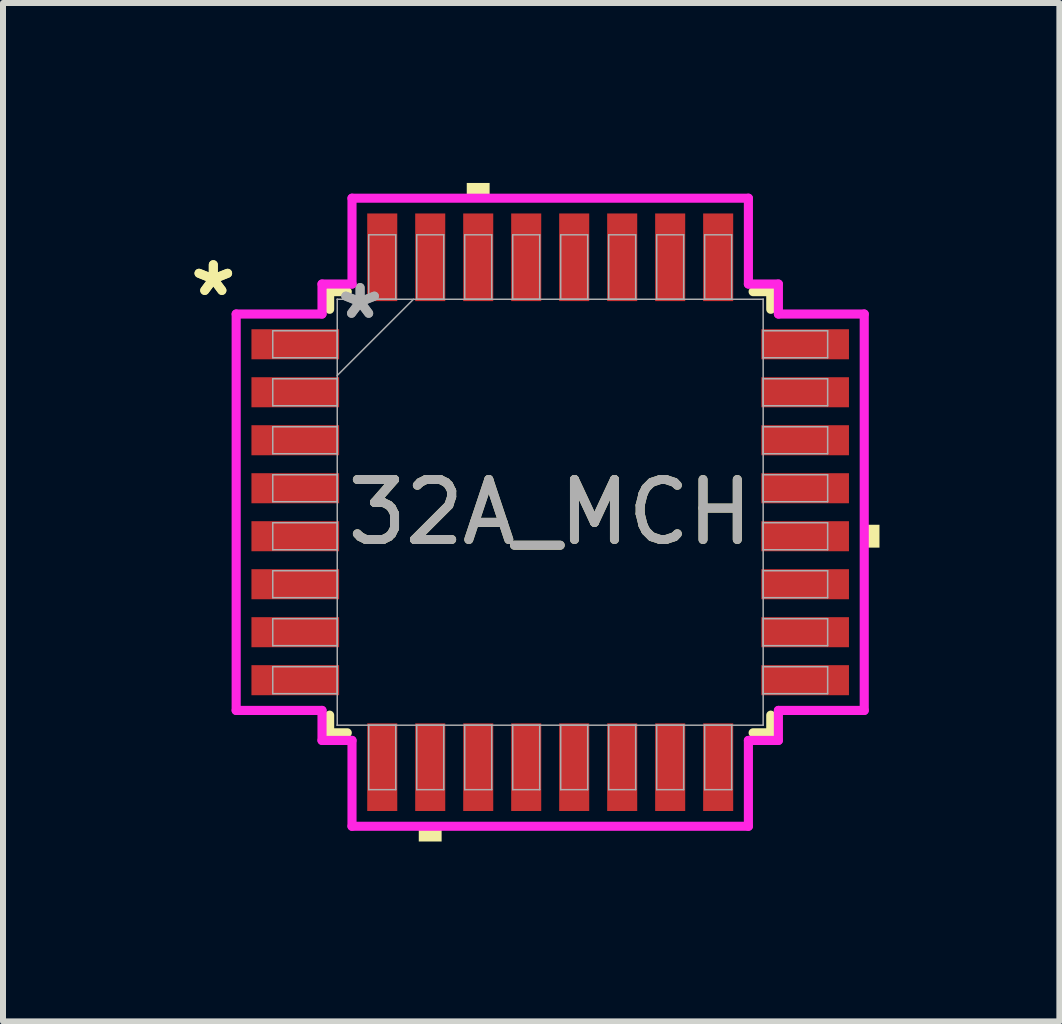
<source format=kicad_pcb>
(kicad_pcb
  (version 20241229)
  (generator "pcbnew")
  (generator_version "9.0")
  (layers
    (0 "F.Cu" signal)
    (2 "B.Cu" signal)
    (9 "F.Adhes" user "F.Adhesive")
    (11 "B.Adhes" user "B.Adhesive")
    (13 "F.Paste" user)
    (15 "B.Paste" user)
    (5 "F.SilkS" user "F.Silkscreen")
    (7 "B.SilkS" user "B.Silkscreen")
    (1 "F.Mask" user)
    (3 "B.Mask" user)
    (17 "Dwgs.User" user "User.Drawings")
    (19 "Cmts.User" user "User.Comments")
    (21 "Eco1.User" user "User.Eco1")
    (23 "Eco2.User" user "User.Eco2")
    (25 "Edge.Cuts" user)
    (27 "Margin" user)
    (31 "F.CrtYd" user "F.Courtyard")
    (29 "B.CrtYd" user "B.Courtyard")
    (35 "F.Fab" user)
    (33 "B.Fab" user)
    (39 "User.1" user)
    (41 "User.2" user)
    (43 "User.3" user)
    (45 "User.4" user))
  (footprint "32A_MCH"
    (layer "F.Cu")
    (at 6.122 5.489)
    (property "Reference" "32A_MCH" (at 0 0 0) (unlocked yes) (layer "F.SilkS") (effects (font (size 1 1) (thickness 0.15))))
    (attr smd)
    (fp_line (start -3.677 -3.677) (end -3.677 -3.383) (stroke (width 0.152) (type solid)) (layer "F.SilkS"))
    (fp_line (start -3.677 3.383) (end -3.677 3.677) (stroke (width 0.152) (type solid)) (layer "F.SilkS"))
    (fp_line (start -3.677 3.677) (end -3.383 3.677) (stroke (width 0.152) (type solid)) (layer "F.SilkS"))
    (fp_line (start -3.383 -3.677) (end -3.677 -3.677) (stroke (width 0.152) (type solid)) (layer "F.SilkS"))
    (fp_line (start 3.383 3.677) (end 3.677 3.677) (stroke (width 0.152) (type solid)) (layer "F.SilkS"))
    (fp_line (start 3.677 -3.677) (end 3.383 -3.677) (stroke (width 0.152) (type solid)) (layer "F.SilkS"))
    (fp_line (start 3.677 -3.383) (end 3.677 -3.677) (stroke (width 0.152) (type solid)) (layer "F.SilkS"))
    (fp_line (start 3.677 3.677) (end 3.677 3.383) (stroke (width 0.152) (type solid)) (layer "F.SilkS"))
    (fp_poly (pts (xy -2.191 5.235) (xy -2.191 5.489) (xy -1.81 5.489) (xy -1.81 5.235)) (stroke (width 0) (type solid)) (fill yes) (layer "F.SilkS"))
    (fp_poly (pts (xy -1.391 -5.235) (xy -1.391 -5.489) (xy -1.01 -5.489) (xy -1.01 -5.235)) (stroke (width 0) (type solid)) (fill yes) (layer "F.SilkS"))
    (fp_poly (pts (xy 5.489 0.209) (xy 5.489 0.59) (xy 5.235 0.59) (xy 5.235 0.209)) (stroke (width 0) (type solid)) (fill yes) (layer "F.SilkS"))
    (fp_line (start -5.235 -3.304) (end -3.804 -3.304) (stroke (width 0.152) (type solid)) (layer "F.CrtYd"))
    (fp_line (start -5.235 3.304) (end -5.235 -3.304) (stroke (width 0.152) (type solid)) (layer "F.CrtYd"))
    (fp_line (start -3.804 -3.804) (end -3.304 -3.804) (stroke (width 0.152) (type solid)) (layer "F.CrtYd"))
    (fp_line (start -3.804 -3.304) (end -3.804 -3.804) (stroke (width 0.152) (type solid)) (layer "F.CrtYd"))
    (fp_line (start -3.804 3.304) (end -5.235 3.304) (stroke (width 0.152) (type solid)) (layer "F.CrtYd"))
    (fp_line (start -3.804 3.804) (end -3.804 3.304) (stroke (width 0.152) (type solid)) (layer "F.CrtYd"))
    (fp_line (start -3.804 3.804) (end -3.304 3.804) (stroke (width 0.152) (type solid)) (layer "F.CrtYd"))
    (fp_line (start -3.304 -5.235) (end 3.304 -5.235) (stroke (width 0.152) (type solid)) (layer "F.CrtYd"))
    (fp_line (start -3.304 -3.804) (end -3.304 -5.235) (stroke (width 0.152) (type solid)) (layer "F.CrtYd"))
    (fp_line (start -3.304 3.804) (end -3.304 5.235) (stroke (width 0.152) (type solid)) (layer "F.CrtYd"))
    (fp_line (start -3.304 5.235) (end 3.304 5.235) (stroke (width 0.152) (type solid)) (layer "F.CrtYd"))
    (fp_line (start 3.304 -5.235) (end 3.304 -3.804) (stroke (width 0.152) (type solid)) (layer "F.CrtYd"))
    (fp_line (start 3.304 -3.804) (end 3.804 -3.804) (stroke (width 0.152) (type solid)) (layer "F.CrtYd"))
    (fp_line (start 3.304 3.804) (end 3.804 3.804) (stroke (width 0.152) (type solid)) (layer "F.CrtYd"))
    (fp_line (start 3.304 5.235) (end 3.304 3.804) (stroke (width 0.152) (type solid)) (layer "F.CrtYd"))
    (fp_line (start 3.804 -3.304) (end 3.804 -3.804) (stroke (width 0.152) (type solid)) (layer "F.CrtYd"))
    (fp_line (start 3.804 3.304) (end 5.235 3.304) (stroke (width 0.152) (type solid)) (layer "F.CrtYd"))
    (fp_line (start 3.804 3.804) (end 3.804 3.304) (stroke (width 0.152) (type solid)) (layer "F.CrtYd"))
    (fp_line (start 5.235 -3.304) (end 3.804 -3.304) (stroke (width 0.152) (type solid)) (layer "F.CrtYd"))
    (fp_line (start 5.235 3.304) (end 5.235 -3.304) (stroke (width 0.152) (type solid)) (layer "F.CrtYd"))
    (fp_line (start -4.625 -3.025) (end -4.625 -2.575) (stroke (width 0.025) (type solid)) (layer "F.Fab"))
    (fp_line (start -4.625 -2.575) (end -3.55 -2.575) (stroke (width 0.025) (type solid)) (layer "F.Fab"))
    (fp_line (start -4.625 -2.225) (end -4.625 -1.775) (stroke (width 0.025) (type solid)) (layer "F.Fab"))
    (fp_line (start -4.625 -1.775) (end -3.55 -1.775) (stroke (width 0.025) (type solid)) (layer "F.Fab"))
    (fp_line (start -4.625 -1.425) (end -4.625 -0.975) (stroke (width 0.025) (type solid)) (layer "F.Fab"))
    (fp_line (start -4.625 -0.975) (end -3.55 -0.975) (stroke (width 0.025) (type solid)) (layer "F.Fab"))
    (fp_line (start -4.625 -0.625) (end -4.625 -0.175) (stroke (width 0.025) (type solid)) (layer "F.Fab"))
    (fp_line (start -4.625 -0.175) (end -3.55 -0.175) (stroke (width 0.025) (type solid)) (layer "F.Fab"))
    (fp_line (start -4.625 0.175) (end -4.625 0.625) (stroke (width 0.025) (type solid)) (layer "F.Fab"))
    (fp_line (start -4.625 0.625) (end -3.55 0.625) (stroke (width 0.025) (type solid)) (layer "F.Fab"))
    (fp_line (start -4.625 0.975) (end -4.625 1.425) (stroke (width 0.025) (type solid)) (layer "F.Fab"))
    (fp_line (start -4.625 1.425) (end -3.55 1.425) (stroke (width 0.025) (type solid)) (layer "F.Fab"))
    (fp_line (start -4.625 1.775) (end -4.625 2.225) (stroke (width 0.025) (type solid)) (layer "F.Fab"))
    (fp_line (start -4.625 2.225) (end -3.55 2.225) (stroke (width 0.025) (type solid)) (layer "F.Fab"))
    (fp_line (start -4.625 2.575) (end -4.625 3.025) (stroke (width 0.025) (type solid)) (layer "F.Fab"))
    (fp_line (start -4.625 3.025) (end -3.55 3.025) (stroke (width 0.025) (type solid)) (layer "F.Fab"))
    (fp_line (start -3.55 -3.55) (end -3.55 -3.55) (stroke (width 0.025) (type solid)) (layer "F.Fab"))
    (fp_line (start -3.55 -3.55) (end -3.55 3.55) (stroke (width 0.025) (type solid)) (layer "F.Fab"))
    (fp_line (start -3.55 -3.025) (end -4.625 -3.025) (stroke (width 0.025) (type solid)) (layer "F.Fab"))
    (fp_line (start -3.55 -2.575) (end -3.55 -3.025) (stroke (width 0.025) (type solid)) (layer "F.Fab"))
    (fp_line (start -3.55 -2.28) (end -2.28 -3.55) (stroke (width 0.025) (type solid)) (layer "F.Fab"))
    (fp_line (start -3.55 -2.225) (end -4.625 -2.225) (stroke (width 0.025) (type solid)) (layer "F.Fab"))
    (fp_line (start -3.55 -1.775) (end -3.55 -2.225) (stroke (width 0.025) (type solid)) (layer "F.Fab"))
    (fp_line (start -3.55 -1.425) (end -4.625 -1.425) (stroke (width 0.025) (type solid)) (layer "F.Fab"))
    (fp_line (start -3.55 -0.975) (end -3.55 -1.425) (stroke (width 0.025) (type solid)) (layer "F.Fab"))
    (fp_line (start -3.55 -0.625) (end -4.625 -0.625) (stroke (width 0.025) (type solid)) (layer "F.Fab"))
    (fp_line (start -3.55 -0.175) (end -3.55 -0.625) (stroke (width 0.025) (type solid)) (layer "F.Fab"))
    (fp_line (start -3.55 0.175) (end -4.625 0.175) (stroke (width 0.025) (type solid)) (layer "F.Fab"))
    (fp_line (start -3.55 0.625) (end -3.55 0.175) (stroke (width 0.025) (type solid)) (layer "F.Fab"))
    (fp_line (start -3.55 0.975) (end -4.625 0.975) (stroke (width 0.025) (type solid)) (layer "F.Fab"))
    (fp_line (start -3.55 1.425) (end -3.55 0.975) (stroke (width 0.025) (type solid)) (layer "F.Fab"))
    (fp_line (start -3.55 1.775) (end -4.625 1.775) (stroke (width 0.025) (type solid)) (layer "F.Fab"))
    (fp_line (start -3.55 2.225) (end -3.55 1.775) (stroke (width 0.025) (type solid)) (layer "F.Fab"))
    (fp_line (start -3.55 2.575) (end -4.625 2.575) (stroke (width 0.025) (type solid)) (layer "F.Fab"))
    (fp_line (start -3.55 3.025) (end -3.55 2.575) (stroke (width 0.025) (type solid)) (layer "F.Fab"))
    (fp_line (start -3.55 3.55) (end -3.55 3.55) (stroke (width 0.025) (type solid)) (layer "F.Fab"))
    (fp_line (start -3.55 3.55) (end 3.55 3.55) (stroke (width 0.025) (type solid)) (layer "F.Fab"))
    (fp_line (start -3.025 -4.625) (end -3.025 -3.55) (stroke (width 0.025) (type solid)) (layer "F.Fab"))
    (fp_line (start -3.025 -3.55) (end -2.575 -3.55) (stroke (width 0.025) (type solid)) (layer "F.Fab"))
    (fp_line (start -3.025 3.55) (end -3.025 4.625) (stroke (width 0.025) (type solid)) (layer "F.Fab"))
    (fp_line (start -3.025 4.625) (end -2.575 4.625) (stroke (width 0.025) (type solid)) (layer "F.Fab"))
    (fp_line (start -2.575 3.55) (end -3.025 3.55) (stroke (width 0.025) (type solid)) (layer "F.Fab"))
    (fp_line (start -2.575 4.625) (end -2.575 3.55) (stroke (width 0.025) (type solid)) (layer "F.Fab"))
    (fp_line (start -2.575 -4.625) (end -3.025 -4.625) (stroke (width 0.025) (type solid)) (layer "F.Fab"))
    (fp_line (start -2.575 -3.55) (end -2.575 -4.625) (stroke (width 0.025) (type solid)) (layer "F.Fab"))
    (fp_line (start -2.225 -4.625) (end -2.225 -3.55) (stroke (width 0.025) (type solid)) (layer "F.Fab"))
    (fp_line (start -2.225 -3.55) (end -1.775 -3.55) (stroke (width 0.025) (type solid)) (layer "F.Fab"))
    (fp_line (start -2.225 3.55) (end -2.225 4.625) (stroke (width 0.025) (type solid)) (layer "F.Fab"))
    (fp_line (start -2.225 4.625) (end -1.775 4.625) (stroke (width 0.025) (type solid)) (layer "F.Fab"))
    (fp_line (start -1.775 -4.625) (end -2.225 -4.625) (stroke (width 0.025) (type solid)) (layer "F.Fab"))
    (fp_line (start -1.775 -3.55) (end -1.775 -4.625) (stroke (width 0.025) (type solid)) (layer "F.Fab"))
    (fp_line (start -1.775 3.55) (end -2.225 3.55) (stroke (width 0.025) (type solid)) (layer "F.Fab"))
    (fp_line (start -1.775 4.625) (end -1.775 3.55) (stroke (width 0.025) (type solid)) (layer "F.Fab"))
    (fp_line (start -1.425 -4.625) (end -1.425 -3.55) (stroke (width 0.025) (type solid)) (layer "F.Fab"))
    (fp_line (start -1.425 -3.55) (end -0.975 -3.55) (stroke (width 0.025) (type solid)) (layer "F.Fab"))
    (fp_line (start -1.425 3.55) (end -1.425 4.625) (stroke (width 0.025) (type solid)) (layer "F.Fab"))
    (fp_line (start -1.425 4.625) (end -0.975 4.625) (stroke (width 0.025) (type solid)) (layer "F.Fab"))
    (fp_line (start -0.975 -4.625) (end -1.425 -4.625) (stroke (width 0.025) (type solid)) (layer "F.Fab"))
    (fp_line (start -0.975 -3.55) (end -0.975 -4.625) (stroke (width 0.025) (type solid)) (layer "F.Fab"))
    (fp_line (start -0.975 3.55) (end -1.425 3.55) (stroke (width 0.025) (type solid)) (layer "F.Fab"))
    (fp_line (start -0.975 4.625) (end -0.975 3.55) (stroke (width 0.025) (type solid)) (layer "F.Fab"))
    (fp_line (start -0.625 -4.625) (end -0.625 -3.55) (stroke (width 0.025) (type solid)) (layer "F.Fab"))
    (fp_line (start -0.625 -3.55) (end -0.175 -3.55) (stroke (width 0.025) (type solid)) (layer "F.Fab"))
    (fp_line (start -0.625 3.55) (end -0.625 4.625) (stroke (width 0.025) (type solid)) (layer "F.Fab"))
    (fp_line (start -0.625 4.625) (end -0.175 4.625) (stroke (width 0.025) (type solid)) (layer "F.Fab"))
    (fp_line (start -0.175 -4.625) (end -0.625 -4.625) (stroke (width 0.025) (type solid)) (layer "F.Fab"))
    (fp_line (start -0.175 -3.55) (end -0.175 -4.625) (stroke (width 0.025) (type solid)) (layer "F.Fab"))
    (fp_line (start -0.175 3.55) (end -0.625 3.55) (stroke (width 0.025) (type solid)) (layer "F.Fab"))
    (fp_line (start -0.175 4.625) (end -0.175 3.55) (stroke (width 0.025) (type solid)) (layer "F.Fab"))
    (fp_line (start 0.175 -4.625) (end 0.175 -3.55) (stroke (width 0.025) (type solid)) (layer "F.Fab"))
    (fp_line (start 0.175 -3.55) (end 0.625 -3.55) (stroke (width 0.025) (type solid)) (layer "F.Fab"))
    (fp_line (start 0.175 3.55) (end 0.175 4.625) (stroke (width 0.025) (type solid)) (layer "F.Fab"))
    (fp_line (start 0.175 4.625) (end 0.625 4.625) (stroke (width 0.025) (type solid)) (layer "F.Fab"))
    (fp_line (start 0.625 -4.625) (end 0.175 -4.625) (stroke (width 0.025) (type solid)) (layer "F.Fab"))
    (fp_line (start 0.625 -3.55) (end 0.625 -4.625) (stroke (width 0.025) (type solid)) (layer "F.Fab"))
    (fp_line (start 0.625 3.55) (end 0.175 3.55) (stroke (width 0.025) (type solid)) (layer "F.Fab"))
    (fp_line (start 0.625 4.625) (end 0.625 3.55) (stroke (width 0.025) (type solid)) (layer "F.Fab"))
    (fp_line (start 0.975 -4.625) (end 0.975 -3.55) (stroke (width 0.025) (type solid)) (layer "F.Fab"))
    (fp_line (start 0.975 -3.55) (end 1.425 -3.55) (stroke (width 0.025) (type solid)) (layer "F.Fab"))
    (fp_line (start 0.975 3.55) (end 0.975 4.625) (stroke (width 0.025) (type solid)) (layer "F.Fab"))
    (fp_line (start 0.975 4.625) (end 1.425 4.625) (stroke (width 0.025) (type solid)) (layer "F.Fab"))
    (fp_line (start 1.425 -4.625) (end 0.975 -4.625) (stroke (width 0.025) (type solid)) (layer "F.Fab"))
    (fp_line (start 1.425 -3.55) (end 1.425 -4.625) (stroke (width 0.025) (type solid)) (layer "F.Fab"))
    (fp_line (start 1.425 3.55) (end 0.975 3.55) (stroke (width 0.025) (type solid)) (layer "F.Fab"))
    (fp_line (start 1.425 4.625) (end 1.425 3.55) (stroke (width 0.025) (type solid)) (layer "F.Fab"))
    (fp_line (start 1.775 -4.625) (end 1.775 -3.55) (stroke (width 0.025) (type solid)) (layer "F.Fab"))
    (fp_line (start 1.775 -3.55) (end 2.225 -3.55) (stroke (width 0.025) (type solid)) (layer "F.Fab"))
    (fp_line (start 1.775 3.55) (end 1.775 4.625) (stroke (width 0.025) (type solid)) (layer "F.Fab"))
    (fp_line (start 1.775 4.625) (end 2.225 4.625) (stroke (width 0.025) (type solid)) (layer "F.Fab"))
    (fp_line (start 2.225 -4.625) (end 1.775 -4.625) (stroke (width 0.025) (type solid)) (layer "F.Fab"))
    (fp_line (start 2.225 -3.55) (end 2.225 -4.625) (stroke (width 0.025) (type solid)) (layer "F.Fab"))
    (fp_line (start 2.225 3.55) (end 1.775 3.55) (stroke (width 0.025) (type solid)) (layer "F.Fab"))
    (fp_line (start 2.225 4.625) (end 2.225 3.55) (stroke (width 0.025) (type solid)) (layer "F.Fab"))
    (fp_line (start 2.575 3.55) (end 2.575 4.625) (stroke (width 0.025) (type solid)) (layer "F.Fab"))
    (fp_line (start 2.575 4.625) (end 3.025 4.625) (stroke (width 0.025) (type solid)) (layer "F.Fab"))
    (fp_line (start 2.575 -4.625) (end 2.575 -3.55) (stroke (width 0.025) (type solid)) (layer "F.Fab"))
    (fp_line (start 2.575 -3.55) (end 3.025 -3.55) (stroke (width 0.025) (type solid)) (layer "F.Fab"))
    (fp_line (start 3.025 -4.625) (end 2.575 -4.625) (stroke (width 0.025) (type solid)) (layer "F.Fab"))
    (fp_line (start 3.025 -3.55) (end 3.025 -4.625) (stroke (width 0.025) (type solid)) (layer "F.Fab"))
    (fp_line (start 3.025 3.55) (end 2.575 3.55) (stroke (width 0.025) (type solid)) (layer "F.Fab"))
    (fp_line (start 3.025 4.625) (end 3.025 3.55) (stroke (width 0.025) (type solid)) (layer "F.Fab"))
    (fp_line (start 3.55 -3.55) (end -3.55 -3.55) (stroke (width 0.025) (type solid)) (layer "F.Fab"))
    (fp_line (start 3.55 -3.55) (end 3.55 -3.55) (stroke (width 0.025) (type solid)) (layer "F.Fab"))
    (fp_line (start 3.55 -3.025) (end 3.55 -2.575) (stroke (width 0.025) (type solid)) (layer "F.Fab"))
    (fp_line (start 3.55 -2.575) (end 4.625 -2.575) (stroke (width 0.025) (type solid)) (layer "F.Fab"))
    (fp_line (start 3.55 -2.225) (end 3.55 -1.775) (stroke (width 0.025) (type solid)) (layer "F.Fab"))
    (fp_line (start 3.55 -1.775) (end 4.625 -1.775) (stroke (width 0.025) (type solid)) (layer "F.Fab"))
    (fp_line (start 3.55 -1.425) (end 3.55 -0.975) (stroke (width 0.025) (type solid)) (layer "F.Fab"))
    (fp_line (start 3.55 -0.975) (end 4.625 -0.975) (stroke (width 0.025) (type solid)) (layer "F.Fab"))
    (fp_line (start 3.55 -0.625) (end 3.55 -0.175) (stroke (width 0.025) (type solid)) (layer "F.Fab"))
    (fp_line (start 3.55 -0.175) (end 4.625 -0.175) (stroke (width 0.025) (type solid)) (layer "F.Fab"))
    (fp_line (start 3.55 0.175) (end 3.55 0.625) (stroke (width 0.025) (type solid)) (layer "F.Fab"))
    (fp_line (start 3.55 0.625) (end 4.625 0.625) (stroke (width 0.025) (type solid)) (layer "F.Fab"))
    (fp_line (start 3.55 0.975) (end 3.55 1.425) (stroke (width 0.025) (type solid)) (layer "F.Fab"))
    (fp_line (start 3.55 1.425) (end 4.625 1.425) (stroke (width 0.025) (type solid)) (layer "F.Fab"))
    (fp_line (start 3.55 1.775) (end 3.55 2.225) (stroke (width 0.025) (type solid)) (layer "F.Fab"))
    (fp_line (start 3.55 2.225) (end 4.625 2.225) (stroke (width 0.025) (type solid)) (layer "F.Fab"))
    (fp_line (start 3.55 2.575) (end 3.55 3.025) (stroke (width 0.025) (type solid)) (layer "F.Fab"))
    (fp_line (start 3.55 3.025) (end 4.625 3.025) (stroke (width 0.025) (type solid)) (layer "F.Fab"))
    (fp_line (start 3.55 3.55) (end 3.55 -3.55) (stroke (width 0.025) (type solid)) (layer "F.Fab"))
    (fp_line (start 3.55 3.55) (end 3.55 3.55) (stroke (width 0.025) (type solid)) (layer "F.Fab"))
    (fp_line (start 4.625 -3.025) (end 3.55 -3.025) (stroke (width 0.025) (type solid)) (layer "F.Fab"))
    (fp_line (start 4.625 -2.575) (end 4.625 -3.025) (stroke (width 0.025) (type solid)) (layer "F.Fab"))
    (fp_line (start 4.625 -2.225) (end 3.55 -2.225) (stroke (width 0.025) (type solid)) (layer "F.Fab"))
    (fp_line (start 4.625 -1.775) (end 4.625 -2.225) (stroke (width 0.025) (type solid)) (layer "F.Fab"))
    (fp_line (start 4.625 -1.425) (end 3.55 -1.425) (stroke (width 0.025) (type solid)) (layer "F.Fab"))
    (fp_line (start 4.625 -0.975) (end 4.625 -1.425) (stroke (width 0.025) (type solid)) (layer "F.Fab"))
    (fp_line (start 4.625 -0.625) (end 3.55 -0.625) (stroke (width 0.025) (type solid)) (layer "F.Fab"))
    (fp_line (start 4.625 -0.175) (end 4.625 -0.625) (stroke (width 0.025) (type solid)) (layer "F.Fab"))
    (fp_line (start 4.625 0.175) (end 3.55 0.175) (stroke (width 0.025) (type solid)) (layer "F.Fab"))
    (fp_line (start 4.625 0.625) (end 4.625 0.175) (stroke (width 0.025) (type solid)) (layer "F.Fab"))
    (fp_line (start 4.625 0.975) (end 3.55 0.975) (stroke (width 0.025) (type solid)) (layer "F.Fab"))
    (fp_line (start 4.625 1.425) (end 4.625 0.975) (stroke (width 0.025) (type solid)) (layer "F.Fab"))
    (fp_line (start 4.625 1.775) (end 3.55 1.775) (stroke (width 0.025) (type solid)) (layer "F.Fab"))
    (fp_line (start 4.625 2.225) (end 4.625 1.775) (stroke (width 0.025) (type solid)) (layer "F.Fab"))
    (fp_line (start 4.625 2.575) (end 3.55 2.575) (stroke (width 0.025) (type solid)) (layer "F.Fab"))
    (fp_line (start 4.625 3.025) (end 4.625 2.575) (stroke (width 0.025) (type solid)) (layer "F.Fab"))
    (fp_text user "*" (at -5.616 -3.581 0) (unlocked yes) (layer "F.SilkS") (effects (font (size 1 1) (thickness 0.15))))
    (fp_text user "*" (at -5.616 -3.581 0) (layer "F.SilkS") (effects (font (size 1 1) (thickness 0.15))))
    (fp_text user "*" (at -3.169 -3.2 0) (unlocked yes) (layer "F.Fab") (effects (font (size 1 1) (thickness 0.15))))
    (fp_text user "*" (at -3.169 -3.2 0) (layer "F.Fab") (effects (font (size 1 1) (thickness 0.15))))
    (fp_text user "${REFERENCE}" (at 0 0 0) (unlocked yes) (layer "F.Fab") (effects (font (size 1 1) (thickness 0.15))))
    (pad "1" smd rect (at -4.25 -2.8 90) (size 0.501 1.461) (layers "F.Cu" "F.Mask" "F.Paste"))
    (pad "2" smd rect (at -4.25 -2 90) (size 0.501 1.461) (layers "F.Cu" "F.Mask" "F.Paste"))
    (pad "3" smd rect (at -4.25 -1.2 90) (size 0.501 1.461) (layers "F.Cu" "F.Mask" "F.Paste"))
    (pad "4" smd rect (at -4.25 -0.4 90) (size 0.501 1.461) (layers "F.Cu" "F.Mask" "F.Paste"))
    (pad "5" smd rect (at -4.25 0.4 90) (size 0.501 1.461) (layers "F.Cu" "F.Mask" "F.Paste"))
    (pad "6" smd rect (at -4.25 1.2 90) (size 0.501 1.461) (layers "F.Cu" "F.Mask" "F.Paste"))
    (pad "7" smd rect (at -4.25 2 90) (size 0.501 1.461) (layers "F.Cu" "F.Mask" "F.Paste"))
    (pad "8" smd rect (at -4.25 2.8 90) (size 0.501 1.461) (layers "F.Cu" "F.Mask" "F.Paste"))
    (pad "9" smd rect (at -2.8 4.25) (size 0.501 1.461) (layers "F.Cu" "F.Mask" "F.Paste"))
    (pad "10" smd rect (at -2 4.25) (size 0.501 1.461) (layers "F.Cu" "F.Mask" "F.Paste"))
    (pad "11" smd rect (at -1.2 4.25) (size 0.501 1.461) (layers "F.Cu" "F.Mask" "F.Paste"))
    (pad "12" smd rect (at -0.4 4.25) (size 0.501 1.461) (layers "F.Cu" "F.Mask" "F.Paste"))
    (pad "13" smd rect (at 0.4 4.25) (size 0.501 1.461) (layers "F.Cu" "F.Mask" "F.Paste"))
    (pad "14" smd rect (at 1.2 4.25) (size 0.501 1.461) (layers "F.Cu" "F.Mask" "F.Paste"))
    (pad "15" smd rect (at 2 4.25) (size 0.501 1.461) (layers "F.Cu" "F.Mask" "F.Paste"))
    (pad "16" smd rect (at 2.8 4.25) (size 0.501 1.461) (layers "F.Cu" "F.Mask" "F.Paste"))
    (pad "17" smd rect (at 4.25 2.8 90) (size 0.501 1.461) (layers "F.Cu" "F.Mask" "F.Paste"))
    (pad "18" smd rect (at 4.25 2 90) (size 0.501 1.461) (layers "F.Cu" "F.Mask" "F.Paste"))
    (pad "19" smd rect (at 4.25 1.2 90) (size 0.501 1.461) (layers "F.Cu" "F.Mask" "F.Paste"))
    (pad "20" smd rect (at 4.25 0.4 90) (size 0.501 1.461) (layers "F.Cu" "F.Mask" "F.Paste"))
    (pad "21" smd rect (at 4.25 -0.4 90) (size 0.501 1.461) (layers "F.Cu" "F.Mask" "F.Paste"))
    (pad "22" smd rect (at 4.25 -1.2 90) (size 0.501 1.461) (layers "F.Cu" "F.Mask" "F.Paste"))
    (pad "23" smd rect (at 4.25 -2 90) (size 0.501 1.461) (layers "F.Cu" "F.Mask" "F.Paste"))
    (pad "24" smd rect (at 4.25 -2.8 90) (size 0.501 1.461) (layers "F.Cu" "F.Mask" "F.Paste"))
    (pad "25" smd rect (at 2.8 -4.25) (size 0.501 1.461) (layers "F.Cu" "F.Mask" "F.Paste"))
    (pad "26" smd rect (at 2 -4.25) (size 0.501 1.461) (layers "F.Cu" "F.Mask" "F.Paste"))
    (pad "27" smd rect (at 1.2 -4.25) (size 0.501 1.461) (layers "F.Cu" "F.Mask" "F.Paste"))
    (pad "28" smd rect (at 0.4 -4.25) (size 0.501 1.461) (layers "F.Cu" "F.Mask" "F.Paste"))
    (pad "29" smd rect (at -0.4 -4.25) (size 0.501 1.461) (layers "F.Cu" "F.Mask" "F.Paste"))
    (pad "30" smd rect (at -1.2 -4.25) (size 0.501 1.461) (layers "F.Cu" "F.Mask" "F.Paste"))
    (pad "31" smd rect (at -2 -4.25) (size 0.501 1.461) (layers "F.Cu" "F.Mask" "F.Paste"))
    (pad "32" smd rect (at -2.8 -4.25) (size 0.501 1.461) (layers "F.Cu" "F.Mask" "F.Paste")))
  (gr_rect
    (start -3 -3)
    (end 14.61 13.977)
    (stroke (width 0.1) (type default))
    (fill no)
    (layer "Edge.Cuts")))
</source>
